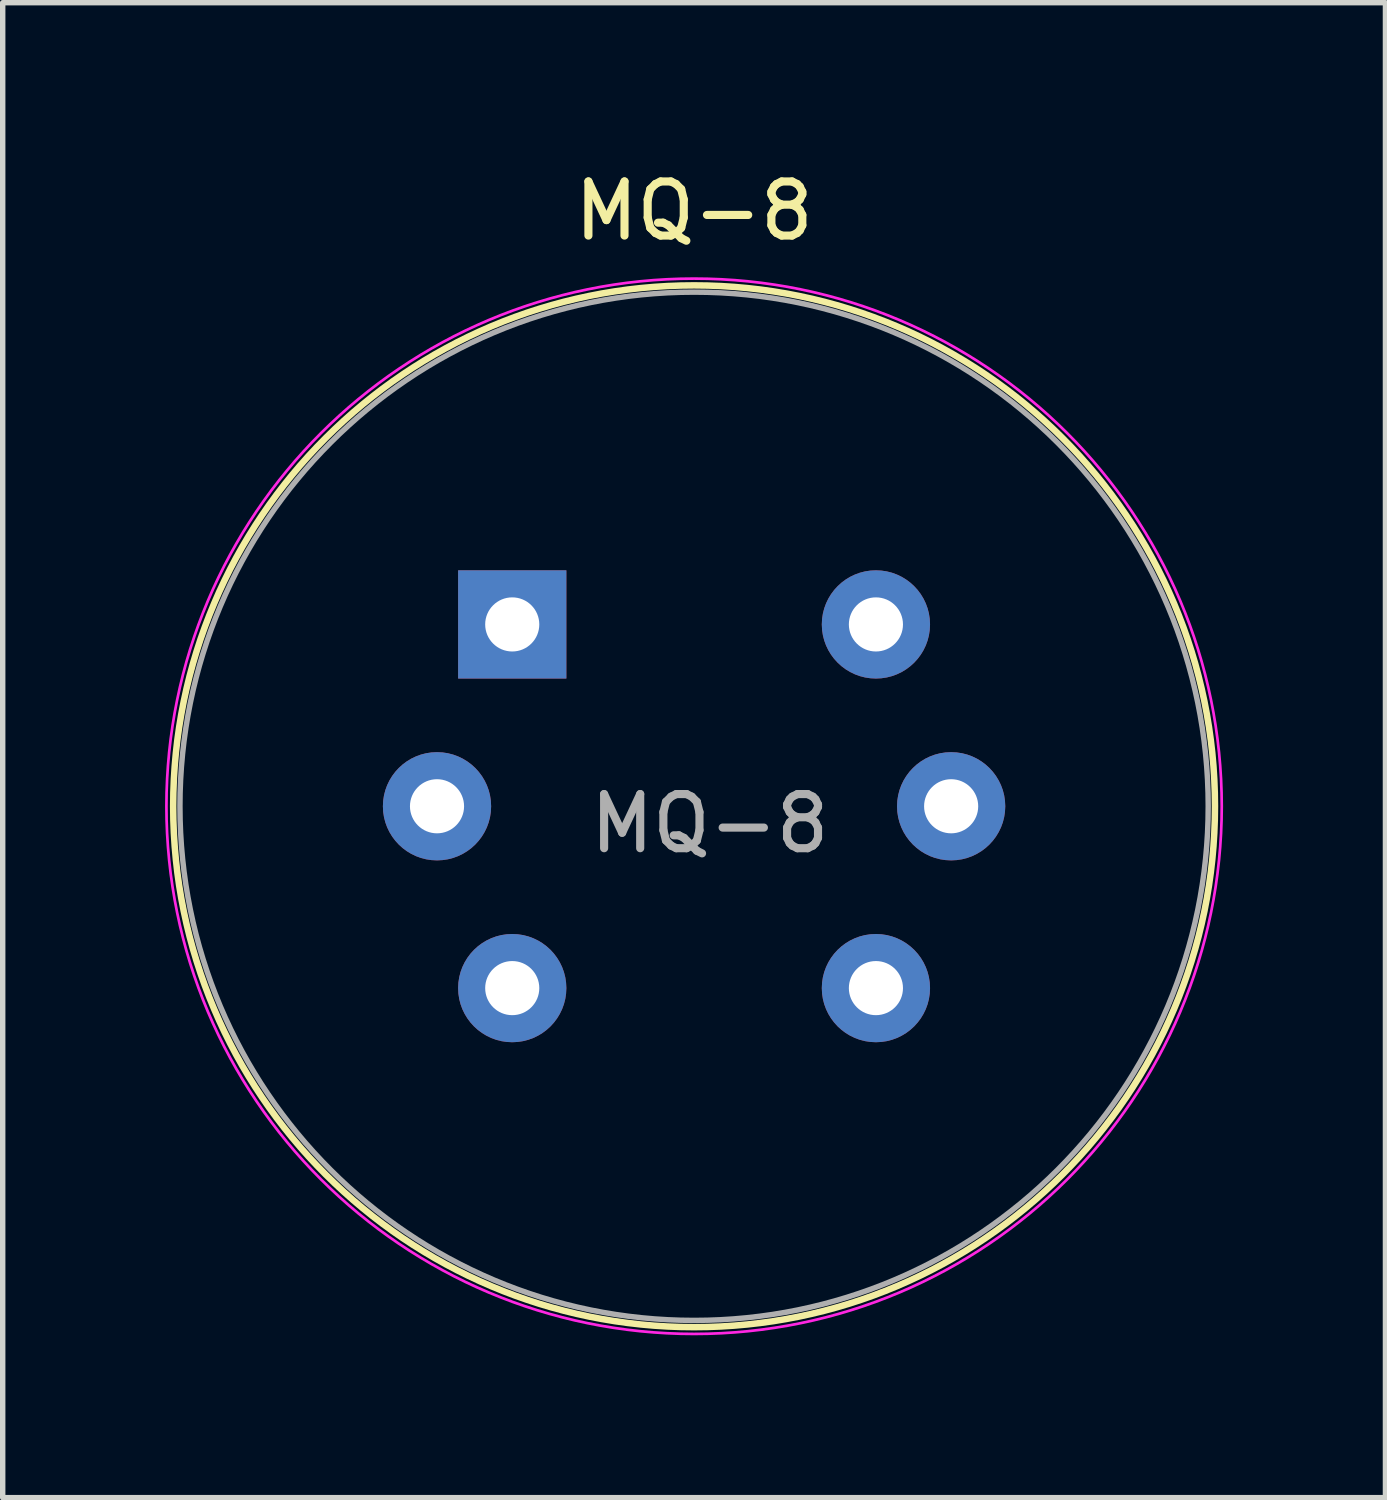
<source format=kicad_pcb>
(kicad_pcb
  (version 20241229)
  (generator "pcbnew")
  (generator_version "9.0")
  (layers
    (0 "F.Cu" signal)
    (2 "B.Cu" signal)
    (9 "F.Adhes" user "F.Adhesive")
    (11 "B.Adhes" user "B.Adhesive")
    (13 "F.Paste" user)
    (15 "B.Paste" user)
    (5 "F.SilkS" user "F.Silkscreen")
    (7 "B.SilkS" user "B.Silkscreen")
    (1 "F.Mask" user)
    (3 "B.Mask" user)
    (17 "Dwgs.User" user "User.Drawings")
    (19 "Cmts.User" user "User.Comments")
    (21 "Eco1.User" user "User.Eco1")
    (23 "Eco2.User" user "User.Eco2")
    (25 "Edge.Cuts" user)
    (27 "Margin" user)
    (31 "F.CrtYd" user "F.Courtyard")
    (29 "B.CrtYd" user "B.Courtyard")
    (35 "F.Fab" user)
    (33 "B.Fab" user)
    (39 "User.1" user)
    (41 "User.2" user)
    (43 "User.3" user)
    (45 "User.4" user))
  (footprint "MQ-8"
    (layer "F.Cu")
    (at 6.415 8.488)
    (property "Reference" "MQ-8" (at 3.36 -7.64 0) (layer "F.SilkS") (effects (font (size 1 1) (thickness 0.15))))
    (attr through_hole)
    (fp_circle (center 3.36 3.36) (end 12.985 3.36) (stroke (width 0.12) (type solid)) (fill no) (layer "F.SilkS"))
    (fp_circle (center 3.36 3.36) (end 13.11 3.36) (stroke (width 0.05) (type solid)) (fill no) (layer "F.CrtYd"))
    (fp_circle (center 3.36 3.36) (end 12.86 3.36) (stroke (width 0.1) (type solid)) (fill no) (layer "F.Fab"))
    (fp_text user "${REFERENCE}" (at 3.65 3.68 0) (layer "F.Fab") (effects (font (size 1 1) (thickness 0.15))))
    (pad "1" thru_hole rect (at 0 0) (size 2 2) (drill 1) (layers "*.Cu" "*.Mask"))
    (pad "2" thru_hole circle (at -1.39 3.36) (size 2 2) (drill 1) (layers "*.Cu" "*.Mask"))
    (pad "3" thru_hole circle (at 0 6.72 90) (size 2 2) (drill 1) (layers "*.Cu" "*.Mask"))
    (pad "4" thru_hole circle (at 6.72 6.72 180) (size 2 2) (drill 1) (layers "*.Cu" "*.Mask"))
    (pad "5" thru_hole circle (at 8.11 3.36) (size 2 2) (drill 1) (layers "*.Cu" "*.Mask"))
    (pad "6" thru_hole circle (at 6.72 0 270) (size 2 2) (drill 1) (layers "*.Cu" "*.Mask")))
  (gr_rect
    (start -3 -3)
    (end 22.55 24.623)
    (stroke (width 0.1) (type default))
    (fill no)
    (layer "Edge.Cuts")))
</source>
